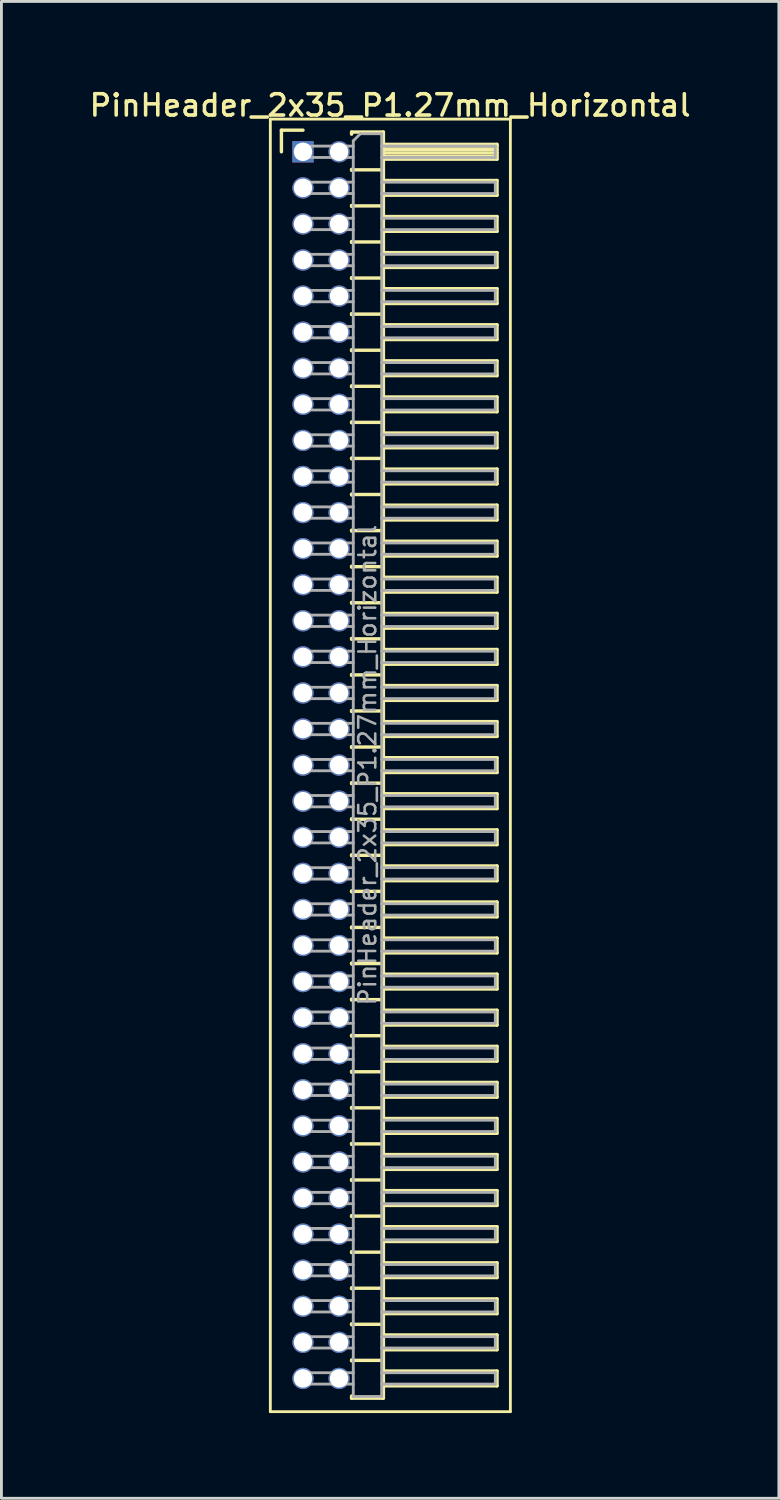
<source format=kicad_pcb>
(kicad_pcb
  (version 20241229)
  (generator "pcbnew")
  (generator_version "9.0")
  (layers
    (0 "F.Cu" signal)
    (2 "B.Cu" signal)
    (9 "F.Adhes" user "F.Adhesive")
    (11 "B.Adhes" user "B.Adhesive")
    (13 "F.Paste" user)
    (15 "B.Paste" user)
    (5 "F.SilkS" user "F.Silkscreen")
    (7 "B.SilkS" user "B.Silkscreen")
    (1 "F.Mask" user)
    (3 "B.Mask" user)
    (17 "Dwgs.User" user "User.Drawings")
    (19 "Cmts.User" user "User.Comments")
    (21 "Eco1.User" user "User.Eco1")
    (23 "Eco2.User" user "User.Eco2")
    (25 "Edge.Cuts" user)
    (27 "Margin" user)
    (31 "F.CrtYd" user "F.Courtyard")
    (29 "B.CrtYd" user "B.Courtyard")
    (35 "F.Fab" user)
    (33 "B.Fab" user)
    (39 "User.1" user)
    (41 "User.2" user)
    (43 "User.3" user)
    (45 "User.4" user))
  (footprint "PinHeader_2x35_P1.27mm_Horizontal"
    (layer "F.Cu")
    (at 7.616 2.293)
    (property "Reference" "PinHeader_2x35_P1.27mm_Horizontal" (at 3.067 -1.635 0) (layer "F.SilkS") (effects (font (size 0.75 0.75) (thickness 0.125))))
    (attr through_hole)
    (fp_line (start -1.15 -1.15) (end -1.15 44.35) (stroke (width 0.1) (type solid)) (layer "F.SilkS"))
    (fp_line (start -1.15 44.35) (end 7.3 44.35) (stroke (width 0.1) (type solid)) (layer "F.SilkS"))
    (fp_line (start -0.76 -0.76) (end 0 -0.76) (stroke (width 0.12) (type solid)) (layer "F.SilkS"))
    (fp_line (start -0.76 0) (end -0.76 -0.76) (stroke (width 0.12) (type solid)) (layer "F.SilkS"))
    (fp_line (start 1.71 -0.695) (end 2.83 -0.695) (stroke (width 0.12) (type solid)) (layer "F.SilkS"))
    (fp_line (start 1.71 -0.62) (end 1.71 -0.695) (stroke (width 0.12) (type solid)) (layer "F.SilkS"))
    (fp_line (start 1.71 0.62) (end 1.71 0.65) (stroke (width 0.12) (type solid)) (layer "F.SilkS"))
    (fp_line (start 1.71 0.635) (end 2.83 0.635) (stroke (width 0.12) (type solid)) (layer "F.SilkS"))
    (fp_line (start 1.71 1.89) (end 1.71 1.92) (stroke (width 0.12) (type solid)) (layer "F.SilkS"))
    (fp_line (start 1.71 1.905) (end 2.83 1.905) (stroke (width 0.12) (type solid)) (layer "F.SilkS"))
    (fp_line (start 1.71 3.16) (end 1.71 3.19) (stroke (width 0.12) (type solid)) (layer "F.SilkS"))
    (fp_line (start 1.71 3.175) (end 2.83 3.175) (stroke (width 0.12) (type solid)) (layer "F.SilkS"))
    (fp_line (start 1.71 4.43) (end 1.71 4.46) (stroke (width 0.12) (type solid)) (layer "F.SilkS"))
    (fp_line (start 1.71 4.445) (end 2.83 4.445) (stroke (width 0.12) (type solid)) (layer "F.SilkS"))
    (fp_line (start 1.71 5.7) (end 1.71 5.73) (stroke (width 0.12) (type solid)) (layer "F.SilkS"))
    (fp_line (start 1.71 5.715) (end 2.83 5.715) (stroke (width 0.12) (type solid)) (layer "F.SilkS"))
    (fp_line (start 1.71 6.97) (end 1.71 7) (stroke (width 0.12) (type solid)) (layer "F.SilkS"))
    (fp_line (start 1.71 6.985) (end 2.83 6.985) (stroke (width 0.12) (type solid)) (layer "F.SilkS"))
    (fp_line (start 1.71 8.24) (end 1.71 8.27) (stroke (width 0.12) (type solid)) (layer "F.SilkS"))
    (fp_line (start 1.71 8.255) (end 2.83 8.255) (stroke (width 0.12) (type solid)) (layer "F.SilkS"))
    (fp_line (start 1.71 9.51) (end 1.71 9.54) (stroke (width 0.12) (type solid)) (layer "F.SilkS"))
    (fp_line (start 1.71 9.525) (end 2.83 9.525) (stroke (width 0.12) (type solid)) (layer "F.SilkS"))
    (fp_line (start 1.71 10.78) (end 1.71 10.81) (stroke (width 0.12) (type solid)) (layer "F.SilkS"))
    (fp_line (start 1.71 10.795) (end 2.83 10.795) (stroke (width 0.12) (type solid)) (layer "F.SilkS"))
    (fp_line (start 1.71 12.05) (end 1.71 12.08) (stroke (width 0.12) (type solid)) (layer "F.SilkS"))
    (fp_line (start 1.71 12.065) (end 2.83 12.065) (stroke (width 0.12) (type solid)) (layer "F.SilkS"))
    (fp_line (start 1.71 13.32) (end 1.71 13.35) (stroke (width 0.12) (type solid)) (layer "F.SilkS"))
    (fp_line (start 1.71 13.335) (end 2.83 13.335) (stroke (width 0.12) (type solid)) (layer "F.SilkS"))
    (fp_line (start 1.71 14.59) (end 1.71 14.62) (stroke (width 0.12) (type solid)) (layer "F.SilkS"))
    (fp_line (start 1.71 14.605) (end 2.83 14.605) (stroke (width 0.12) (type solid)) (layer "F.SilkS"))
    (fp_line (start 1.71 15.86) (end 1.71 15.89) (stroke (width 0.12) (type solid)) (layer "F.SilkS"))
    (fp_line (start 1.71 15.875) (end 2.83 15.875) (stroke (width 0.12) (type solid)) (layer "F.SilkS"))
    (fp_line (start 1.71 17.13) (end 1.71 17.16) (stroke (width 0.12) (type solid)) (layer "F.SilkS"))
    (fp_line (start 1.71 17.145) (end 2.83 17.145) (stroke (width 0.12) (type solid)) (layer "F.SilkS"))
    (fp_line (start 1.71 18.4) (end 1.71 18.43) (stroke (width 0.12) (type solid)) (layer "F.SilkS"))
    (fp_line (start 1.71 18.415) (end 2.83 18.415) (stroke (width 0.12) (type solid)) (layer "F.SilkS"))
    (fp_line (start 1.71 19.67) (end 1.71 19.7) (stroke (width 0.12) (type solid)) (layer "F.SilkS"))
    (fp_line (start 1.71 19.685) (end 2.83 19.685) (stroke (width 0.12) (type solid)) (layer "F.SilkS"))
    (fp_line (start 1.71 20.94) (end 1.71 20.97) (stroke (width 0.12) (type solid)) (layer "F.SilkS"))
    (fp_line (start 1.71 20.955) (end 2.83 20.955) (stroke (width 0.12) (type solid)) (layer "F.SilkS"))
    (fp_line (start 1.71 22.21) (end 1.71 22.24) (stroke (width 0.12) (type solid)) (layer "F.SilkS"))
    (fp_line (start 1.71 22.225) (end 2.83 22.225) (stroke (width 0.12) (type solid)) (layer "F.SilkS"))
    (fp_line (start 1.71 23.48) (end 1.71 23.51) (stroke (width 0.12) (type solid)) (layer "F.SilkS"))
    (fp_line (start 1.71 23.495) (end 2.83 23.495) (stroke (width 0.12) (type solid)) (layer "F.SilkS"))
    (fp_line (start 1.71 24.75) (end 1.71 24.78) (stroke (width 0.12) (type solid)) (layer "F.SilkS"))
    (fp_line (start 1.71 24.765) (end 2.83 24.765) (stroke (width 0.12) (type solid)) (layer "F.SilkS"))
    (fp_line (start 1.71 26.02) (end 1.71 26.05) (stroke (width 0.12) (type solid)) (layer "F.SilkS"))
    (fp_line (start 1.71 26.035) (end 2.83 26.035) (stroke (width 0.12) (type solid)) (layer "F.SilkS"))
    (fp_line (start 1.71 27.29) (end 1.71 27.32) (stroke (width 0.12) (type solid)) (layer "F.SilkS"))
    (fp_line (start 1.71 27.305) (end 2.83 27.305) (stroke (width 0.12) (type solid)) (layer "F.SilkS"))
    (fp_line (start 1.71 28.56) (end 1.71 28.59) (stroke (width 0.12) (type solid)) (layer "F.SilkS"))
    (fp_line (start 1.71 28.575) (end 2.83 28.575) (stroke (width 0.12) (type solid)) (layer "F.SilkS"))
    (fp_line (start 1.71 29.83) (end 1.71 29.86) (stroke (width 0.12) (type solid)) (layer "F.SilkS"))
    (fp_line (start 1.71 29.845) (end 2.83 29.845) (stroke (width 0.12) (type solid)) (layer "F.SilkS"))
    (fp_line (start 1.71 31.1) (end 1.71 31.13) (stroke (width 0.12) (type solid)) (layer "F.SilkS"))
    (fp_line (start 1.71 31.115) (end 2.83 31.115) (stroke (width 0.12) (type solid)) (layer "F.SilkS"))
    (fp_line (start 1.71 32.37) (end 1.71 32.4) (stroke (width 0.12) (type solid)) (layer "F.SilkS"))
    (fp_line (start 1.71 32.385) (end 2.83 32.385) (stroke (width 0.12) (type solid)) (layer "F.SilkS"))
    (fp_line (start 1.71 33.64) (end 1.71 33.67) (stroke (width 0.12) (type solid)) (layer "F.SilkS"))
    (fp_line (start 1.71 33.655) (end 2.83 33.655) (stroke (width 0.12) (type solid)) (layer "F.SilkS"))
    (fp_line (start 1.71 34.91) (end 1.71 34.94) (stroke (width 0.12) (type solid)) (layer "F.SilkS"))
    (fp_line (start 1.71 34.925) (end 2.83 34.925) (stroke (width 0.12) (type solid)) (layer "F.SilkS"))
    (fp_line (start 1.71 36.18) (end 1.71 36.21) (stroke (width 0.12) (type solid)) (layer "F.SilkS"))
    (fp_line (start 1.71 36.195) (end 2.83 36.195) (stroke (width 0.12) (type solid)) (layer "F.SilkS"))
    (fp_line (start 1.71 37.45) (end 1.71 37.48) (stroke (width 0.12) (type solid)) (layer "F.SilkS"))
    (fp_line (start 1.71 37.465) (end 2.83 37.465) (stroke (width 0.12) (type solid)) (layer "F.SilkS"))
    (fp_line (start 1.71 38.72) (end 1.71 38.75) (stroke (width 0.12) (type solid)) (layer "F.SilkS"))
    (fp_line (start 1.71 38.735) (end 2.83 38.735) (stroke (width 0.12) (type solid)) (layer "F.SilkS"))
    (fp_line (start 1.71 39.99) (end 1.71 40.02) (stroke (width 0.12) (type solid)) (layer "F.SilkS"))
    (fp_line (start 1.71 40.005) (end 2.83 40.005) (stroke (width 0.12) (type solid)) (layer "F.SilkS"))
    (fp_line (start 1.71 41.26) (end 1.71 41.29) (stroke (width 0.12) (type solid)) (layer "F.SilkS"))
    (fp_line (start 1.71 41.275) (end 2.83 41.275) (stroke (width 0.12) (type solid)) (layer "F.SilkS"))
    (fp_line (start 1.71 42.53) (end 1.71 42.56) (stroke (width 0.12) (type solid)) (layer "F.SilkS"))
    (fp_line (start 1.71 42.545) (end 2.83 42.545) (stroke (width 0.12) (type solid)) (layer "F.SilkS"))
    (fp_line (start 1.71 43.875) (end 1.71 43.8) (stroke (width 0.12) (type solid)) (layer "F.SilkS"))
    (fp_line (start 2.83 -0.695) (end 2.83 43.875) (stroke (width 0.12) (type solid)) (layer "F.SilkS"))
    (fp_line (start 2.83 -0.26) (end 6.83 -0.26) (stroke (width 0.12) (type solid)) (layer "F.SilkS"))
    (fp_line (start 2.83 -0.2) (end 6.83 -0.2) (stroke (width 0.12) (type solid)) (layer "F.SilkS"))
    (fp_line (start 2.83 -0.08) (end 6.83 -0.08) (stroke (width 0.12) (type solid)) (layer "F.SilkS"))
    (fp_line (start 2.83 0.04) (end 6.83 0.04) (stroke (width 0.12) (type solid)) (layer "F.SilkS"))
    (fp_line (start 2.83 0.16) (end 6.83 0.16) (stroke (width 0.12) (type solid)) (layer "F.SilkS"))
    (fp_line (start 2.83 1.01) (end 6.83 1.01) (stroke (width 0.12) (type solid)) (layer "F.SilkS"))
    (fp_line (start 2.83 2.28) (end 6.83 2.28) (stroke (width 0.12) (type solid)) (layer "F.SilkS"))
    (fp_line (start 2.83 3.55) (end 6.83 3.55) (stroke (width 0.12) (type solid)) (layer "F.SilkS"))
    (fp_line (start 2.83 4.82) (end 6.83 4.82) (stroke (width 0.12) (type solid)) (layer "F.SilkS"))
    (fp_line (start 2.83 6.09) (end 6.83 6.09) (stroke (width 0.12) (type solid)) (layer "F.SilkS"))
    (fp_line (start 2.83 7.36) (end 6.83 7.36) (stroke (width 0.12) (type solid)) (layer "F.SilkS"))
    (fp_line (start 2.83 8.63) (end 6.83 8.63) (stroke (width 0.12) (type solid)) (layer "F.SilkS"))
    (fp_line (start 2.83 9.9) (end 6.83 9.9) (stroke (width 0.12) (type solid)) (layer "F.SilkS"))
    (fp_line (start 2.83 11.17) (end 6.83 11.17) (stroke (width 0.12) (type solid)) (layer "F.SilkS"))
    (fp_line (start 2.83 12.44) (end 6.83 12.44) (stroke (width 0.12) (type solid)) (layer "F.SilkS"))
    (fp_line (start 2.83 13.71) (end 6.83 13.71) (stroke (width 0.12) (type solid)) (layer "F.SilkS"))
    (fp_line (start 2.83 14.98) (end 6.83 14.98) (stroke (width 0.12) (type solid)) (layer "F.SilkS"))
    (fp_line (start 2.83 16.25) (end 6.83 16.25) (stroke (width 0.12) (type solid)) (layer "F.SilkS"))
    (fp_line (start 2.83 17.52) (end 6.83 17.52) (stroke (width 0.12) (type solid)) (layer "F.SilkS"))
    (fp_line (start 2.83 18.79) (end 6.83 18.79) (stroke (width 0.12) (type solid)) (layer "F.SilkS"))
    (fp_line (start 2.83 20.06) (end 6.83 20.06) (stroke (width 0.12) (type solid)) (layer "F.SilkS"))
    (fp_line (start 2.83 21.33) (end 6.83 21.33) (stroke (width 0.12) (type solid)) (layer "F.SilkS"))
    (fp_line (start 2.83 22.6) (end 6.83 22.6) (stroke (width 0.12) (type solid)) (layer "F.SilkS"))
    (fp_line (start 2.83 23.87) (end 6.83 23.87) (stroke (width 0.12) (type solid)) (layer "F.SilkS"))
    (fp_line (start 2.83 25.14) (end 6.83 25.14) (stroke (width 0.12) (type solid)) (layer "F.SilkS"))
    (fp_line (start 2.83 26.41) (end 6.83 26.41) (stroke (width 0.12) (type solid)) (layer "F.SilkS"))
    (fp_line (start 2.83 27.68) (end 6.83 27.68) (stroke (width 0.12) (type solid)) (layer "F.SilkS"))
    (fp_line (start 2.83 28.95) (end 6.83 28.95) (stroke (width 0.12) (type solid)) (layer "F.SilkS"))
    (fp_line (start 2.83 30.22) (end 6.83 30.22) (stroke (width 0.12) (type solid)) (layer "F.SilkS"))
    (fp_line (start 2.83 31.49) (end 6.83 31.49) (stroke (width 0.12) (type solid)) (layer "F.SilkS"))
    (fp_line (start 2.83 32.76) (end 6.83 32.76) (stroke (width 0.12) (type solid)) (layer "F.SilkS"))
    (fp_line (start 2.83 34.03) (end 6.83 34.03) (stroke (width 0.12) (type solid)) (layer "F.SilkS"))
    (fp_line (start 2.83 35.3) (end 6.83 35.3) (stroke (width 0.12) (type solid)) (layer "F.SilkS"))
    (fp_line (start 2.83 36.57) (end 6.83 36.57) (stroke (width 0.12) (type solid)) (layer "F.SilkS"))
    (fp_line (start 2.83 37.84) (end 6.83 37.84) (stroke (width 0.12) (type solid)) (layer "F.SilkS"))
    (fp_line (start 2.83 39.11) (end 6.83 39.11) (stroke (width 0.12) (type solid)) (layer "F.SilkS"))
    (fp_line (start 2.83 40.38) (end 6.83 40.38) (stroke (width 0.12) (type solid)) (layer "F.SilkS"))
    (fp_line (start 2.83 41.65) (end 6.83 41.65) (stroke (width 0.12) (type solid)) (layer "F.SilkS"))
    (fp_line (start 2.83 42.92) (end 6.83 42.92) (stroke (width 0.12) (type solid)) (layer "F.SilkS"))
    (fp_line (start 2.83 43.875) (end 1.71 43.875) (stroke (width 0.12) (type solid)) (layer "F.SilkS"))
    (fp_line (start 6.83 -0.26) (end 6.83 0.26) (stroke (width 0.12) (type solid)) (layer "F.SilkS"))
    (fp_line (start 6.83 0.26) (end 2.83 0.26) (stroke (width 0.12) (type solid)) (layer "F.SilkS"))
    (fp_line (start 6.83 1.01) (end 6.83 1.53) (stroke (width 0.12) (type solid)) (layer "F.SilkS"))
    (fp_line (start 6.83 1.53) (end 2.83 1.53) (stroke (width 0.12) (type solid)) (layer "F.SilkS"))
    (fp_line (start 6.83 2.28) (end 6.83 2.8) (stroke (width 0.12) (type solid)) (layer "F.SilkS"))
    (fp_line (start 6.83 2.8) (end 2.83 2.8) (stroke (width 0.12) (type solid)) (layer "F.SilkS"))
    (fp_line (start 6.83 3.55) (end 6.83 4.07) (stroke (width 0.12) (type solid)) (layer "F.SilkS"))
    (fp_line (start 6.83 4.07) (end 2.83 4.07) (stroke (width 0.12) (type solid)) (layer "F.SilkS"))
    (fp_line (start 6.83 4.82) (end 6.83 5.34) (stroke (width 0.12) (type solid)) (layer "F.SilkS"))
    (fp_line (start 6.83 5.34) (end 2.83 5.34) (stroke (width 0.12) (type solid)) (layer "F.SilkS"))
    (fp_line (start 6.83 6.09) (end 6.83 6.61) (stroke (width 0.12) (type solid)) (layer "F.SilkS"))
    (fp_line (start 6.83 6.61) (end 2.83 6.61) (stroke (width 0.12) (type solid)) (layer "F.SilkS"))
    (fp_line (start 6.83 7.36) (end 6.83 7.88) (stroke (width 0.12) (type solid)) (layer "F.SilkS"))
    (fp_line (start 6.83 7.88) (end 2.83 7.88) (stroke (width 0.12) (type solid)) (layer "F.SilkS"))
    (fp_line (start 6.83 8.63) (end 6.83 9.15) (stroke (width 0.12) (type solid)) (layer "F.SilkS"))
    (fp_line (start 6.83 9.15) (end 2.83 9.15) (stroke (width 0.12) (type solid)) (layer "F.SilkS"))
    (fp_line (start 6.83 9.9) (end 6.83 10.42) (stroke (width 0.12) (type solid)) (layer "F.SilkS"))
    (fp_line (start 6.83 10.42) (end 2.83 10.42) (stroke (width 0.12) (type solid)) (layer "F.SilkS"))
    (fp_line (start 6.83 11.17) (end 6.83 11.69) (stroke (width 0.12) (type solid)) (layer "F.SilkS"))
    (fp_line (start 6.83 11.69) (end 2.83 11.69) (stroke (width 0.12) (type solid)) (layer "F.SilkS"))
    (fp_line (start 6.83 12.44) (end 6.83 12.96) (stroke (width 0.12) (type solid)) (layer "F.SilkS"))
    (fp_line (start 6.83 12.96) (end 2.83 12.96) (stroke (width 0.12) (type solid)) (layer "F.SilkS"))
    (fp_line (start 6.83 13.71) (end 6.83 14.23) (stroke (width 0.12) (type solid)) (layer "F.SilkS"))
    (fp_line (start 6.83 14.23) (end 2.83 14.23) (stroke (width 0.12) (type solid)) (layer "F.SilkS"))
    (fp_line (start 6.83 14.98) (end 6.83 15.5) (stroke (width 0.12) (type solid)) (layer "F.SilkS"))
    (fp_line (start 6.83 15.5) (end 2.83 15.5) (stroke (width 0.12) (type solid)) (layer "F.SilkS"))
    (fp_line (start 6.83 16.25) (end 6.83 16.77) (stroke (width 0.12) (type solid)) (layer "F.SilkS"))
    (fp_line (start 6.83 16.77) (end 2.83 16.77) (stroke (width 0.12) (type solid)) (layer "F.SilkS"))
    (fp_line (start 6.83 17.52) (end 6.83 18.04) (stroke (width 0.12) (type solid)) (layer "F.SilkS"))
    (fp_line (start 6.83 18.04) (end 2.83 18.04) (stroke (width 0.12) (type solid)) (layer "F.SilkS"))
    (fp_line (start 6.83 18.79) (end 6.83 19.31) (stroke (width 0.12) (type solid)) (layer "F.SilkS"))
    (fp_line (start 6.83 19.31) (end 2.83 19.31) (stroke (width 0.12) (type solid)) (layer "F.SilkS"))
    (fp_line (start 6.83 20.06) (end 6.83 20.58) (stroke (width 0.12) (type solid)) (layer "F.SilkS"))
    (fp_line (start 6.83 20.58) (end 2.83 20.58) (stroke (width 0.12) (type solid)) (layer "F.SilkS"))
    (fp_line (start 6.83 21.33) (end 6.83 21.85) (stroke (width 0.12) (type solid)) (layer "F.SilkS"))
    (fp_line (start 6.83 21.85) (end 2.83 21.85) (stroke (width 0.12) (type solid)) (layer "F.SilkS"))
    (fp_line (start 6.83 22.6) (end 6.83 23.12) (stroke (width 0.12) (type solid)) (layer "F.SilkS"))
    (fp_line (start 6.83 23.12) (end 2.83 23.12) (stroke (width 0.12) (type solid)) (layer "F.SilkS"))
    (fp_line (start 6.83 23.87) (end 6.83 24.39) (stroke (width 0.12) (type solid)) (layer "F.SilkS"))
    (fp_line (start 6.83 24.39) (end 2.83 24.39) (stroke (width 0.12) (type solid)) (layer "F.SilkS"))
    (fp_line (start 6.83 25.14) (end 6.83 25.66) (stroke (width 0.12) (type solid)) (layer "F.SilkS"))
    (fp_line (start 6.83 25.66) (end 2.83 25.66) (stroke (width 0.12) (type solid)) (layer "F.SilkS"))
    (fp_line (start 6.83 26.41) (end 6.83 26.93) (stroke (width 0.12) (type solid)) (layer "F.SilkS"))
    (fp_line (start 6.83 26.93) (end 2.83 26.93) (stroke (width 0.12) (type solid)) (layer "F.SilkS"))
    (fp_line (start 6.83 27.68) (end 6.83 28.2) (stroke (width 0.12) (type solid)) (layer "F.SilkS"))
    (fp_line (start 6.83 28.2) (end 2.83 28.2) (stroke (width 0.12) (type solid)) (layer "F.SilkS"))
    (fp_line (start 6.83 28.95) (end 6.83 29.47) (stroke (width 0.12) (type solid)) (layer "F.SilkS"))
    (fp_line (start 6.83 29.47) (end 2.83 29.47) (stroke (width 0.12) (type solid)) (layer "F.SilkS"))
    (fp_line (start 6.83 30.22) (end 6.83 30.74) (stroke (width 0.12) (type solid)) (layer "F.SilkS"))
    (fp_line (start 6.83 30.74) (end 2.83 30.74) (stroke (width 0.12) (type solid)) (layer "F.SilkS"))
    (fp_line (start 6.83 31.49) (end 6.83 32.01) (stroke (width 0.12) (type solid)) (layer "F.SilkS"))
    (fp_line (start 6.83 32.01) (end 2.83 32.01) (stroke (width 0.12) (type solid)) (layer "F.SilkS"))
    (fp_line (start 6.83 32.76) (end 6.83 33.28) (stroke (width 0.12) (type solid)) (layer "F.SilkS"))
    (fp_line (start 6.83 33.28) (end 2.83 33.28) (stroke (width 0.12) (type solid)) (layer "F.SilkS"))
    (fp_line (start 6.83 34.03) (end 6.83 34.55) (stroke (width 0.12) (type solid)) (layer "F.SilkS"))
    (fp_line (start 6.83 34.55) (end 2.83 34.55) (stroke (width 0.12) (type solid)) (layer "F.SilkS"))
    (fp_line (start 6.83 35.3) (end 6.83 35.82) (stroke (width 0.12) (type solid)) (layer "F.SilkS"))
    (fp_line (start 6.83 35.82) (end 2.83 35.82) (stroke (width 0.12) (type solid)) (layer "F.SilkS"))
    (fp_line (start 6.83 36.57) (end 6.83 37.09) (stroke (width 0.12) (type solid)) (layer "F.SilkS"))
    (fp_line (start 6.83 37.09) (end 2.83 37.09) (stroke (width 0.12) (type solid)) (layer "F.SilkS"))
    (fp_line (start 6.83 37.84) (end 6.83 38.36) (stroke (width 0.12) (type solid)) (layer "F.SilkS"))
    (fp_line (start 6.83 38.36) (end 2.83 38.36) (stroke (width 0.12) (type solid)) (layer "F.SilkS"))
    (fp_line (start 6.83 39.11) (end 6.83 39.63) (stroke (width 0.12) (type solid)) (layer "F.SilkS"))
    (fp_line (start 6.83 39.63) (end 2.83 39.63) (stroke (width 0.12) (type solid)) (layer "F.SilkS"))
    (fp_line (start 6.83 40.38) (end 6.83 40.9) (stroke (width 0.12) (type solid)) (layer "F.SilkS"))
    (fp_line (start 6.83 40.9) (end 2.83 40.9) (stroke (width 0.12) (type solid)) (layer "F.SilkS"))
    (fp_line (start 6.83 41.65) (end 6.83 42.17) (stroke (width 0.12) (type solid)) (layer "F.SilkS"))
    (fp_line (start 6.83 42.17) (end 2.83 42.17) (stroke (width 0.12) (type solid)) (layer "F.SilkS"))
    (fp_line (start 6.83 42.92) (end 6.83 43.44) (stroke (width 0.12) (type solid)) (layer "F.SilkS"))
    (fp_line (start 6.83 43.44) (end 2.83 43.44) (stroke (width 0.12) (type solid)) (layer "F.SilkS"))
    (fp_line (start 7.3 -1.15) (end -1.15 -1.15) (stroke (width 0.1) (type solid)) (layer "F.SilkS"))
    (fp_line (start 7.3 44.35) (end 7.3 -1.15) (stroke (width 0.1) (type solid)) (layer "F.SilkS"))
    (fp_line (start -0.2 -0.2) (end -0.2 0.2) (stroke (width 0.1) (type solid)) (layer "F.Fab"))
    (fp_line (start -0.2 -0.2) (end 1.77 -0.2) (stroke (width 0.1) (type solid)) (layer "F.Fab"))
    (fp_line (start -0.2 0.2) (end 1.77 0.2) (stroke (width 0.1) (type solid)) (layer "F.Fab"))
    (fp_line (start -0.2 1.07) (end -0.2 1.47) (stroke (width 0.1) (type solid)) (layer "F.Fab"))
    (fp_line (start -0.2 1.07) (end 1.77 1.07) (stroke (width 0.1) (type solid)) (layer "F.Fab"))
    (fp_line (start -0.2 1.47) (end 1.77 1.47) (stroke (width 0.1) (type solid)) (layer "F.Fab"))
    (fp_line (start -0.2 2.34) (end -0.2 2.74) (stroke (width 0.1) (type solid)) (layer "F.Fab"))
    (fp_line (start -0.2 2.34) (end 1.77 2.34) (stroke (width 0.1) (type solid)) (layer "F.Fab"))
    (fp_line (start -0.2 2.74) (end 1.77 2.74) (stroke (width 0.1) (type solid)) (layer "F.Fab"))
    (fp_line (start -0.2 3.61) (end -0.2 4.01) (stroke (width 0.1) (type solid)) (layer "F.Fab"))
    (fp_line (start -0.2 3.61) (end 1.77 3.61) (stroke (width 0.1) (type solid)) (layer "F.Fab"))
    (fp_line (start -0.2 4.01) (end 1.77 4.01) (stroke (width 0.1) (type solid)) (layer "F.Fab"))
    (fp_line (start -0.2 4.88) (end -0.2 5.28) (stroke (width 0.1) (type solid)) (layer "F.Fab"))
    (fp_line (start -0.2 4.88) (end 1.77 4.88) (stroke (width 0.1) (type solid)) (layer "F.Fab"))
    (fp_line (start -0.2 5.28) (end 1.77 5.28) (stroke (width 0.1) (type solid)) (layer "F.Fab"))
    (fp_line (start -0.2 6.15) (end -0.2 6.55) (stroke (width 0.1) (type solid)) (layer "F.Fab"))
    (fp_line (start -0.2 6.15) (end 1.77 6.15) (stroke (width 0.1) (type solid)) (layer "F.Fab"))
    (fp_line (start -0.2 6.55) (end 1.77 6.55) (stroke (width 0.1) (type solid)) (layer "F.Fab"))
    (fp_line (start -0.2 7.42) (end -0.2 7.82) (stroke (width 0.1) (type solid)) (layer "F.Fab"))
    (fp_line (start -0.2 7.42) (end 1.77 7.42) (stroke (width 0.1) (type solid)) (layer "F.Fab"))
    (fp_line (start -0.2 7.82) (end 1.77 7.82) (stroke (width 0.1) (type solid)) (layer "F.Fab"))
    (fp_line (start -0.2 8.69) (end -0.2 9.09) (stroke (width 0.1) (type solid)) (layer "F.Fab"))
    (fp_line (start -0.2 8.69) (end 1.77 8.69) (stroke (width 0.1) (type solid)) (layer "F.Fab"))
    (fp_line (start -0.2 9.09) (end 1.77 9.09) (stroke (width 0.1) (type solid)) (layer "F.Fab"))
    (fp_line (start -0.2 9.96) (end -0.2 10.36) (stroke (width 0.1) (type solid)) (layer "F.Fab"))
    (fp_line (start -0.2 9.96) (end 1.77 9.96) (stroke (width 0.1) (type solid)) (layer "F.Fab"))
    (fp_line (start -0.2 10.36) (end 1.77 10.36) (stroke (width 0.1) (type solid)) (layer "F.Fab"))
    (fp_line (start -0.2 11.23) (end -0.2 11.63) (stroke (width 0.1) (type solid)) (layer "F.Fab"))
    (fp_line (start -0.2 11.23) (end 1.77 11.23) (stroke (width 0.1) (type solid)) (layer "F.Fab"))
    (fp_line (start -0.2 11.63) (end 1.77 11.63) (stroke (width 0.1) (type solid)) (layer "F.Fab"))
    (fp_line (start -0.2 12.5) (end -0.2 12.9) (stroke (width 0.1) (type solid)) (layer "F.Fab"))
    (fp_line (start -0.2 12.5) (end 1.77 12.5) (stroke (width 0.1) (type solid)) (layer "F.Fab"))
    (fp_line (start -0.2 12.9) (end 1.77 12.9) (stroke (width 0.1) (type solid)) (layer "F.Fab"))
    (fp_line (start -0.2 13.77) (end -0.2 14.17) (stroke (width 0.1) (type solid)) (layer "F.Fab"))
    (fp_line (start -0.2 13.77) (end 1.77 13.77) (stroke (width 0.1) (type solid)) (layer "F.Fab"))
    (fp_line (start -0.2 14.17) (end 1.77 14.17) (stroke (width 0.1) (type solid)) (layer "F.Fab"))
    (fp_line (start -0.2 15.04) (end -0.2 15.44) (stroke (width 0.1) (type solid)) (layer "F.Fab"))
    (fp_line (start -0.2 15.04) (end 1.77 15.04) (stroke (width 0.1) (type solid)) (layer "F.Fab"))
    (fp_line (start -0.2 15.44) (end 1.77 15.44) (stroke (width 0.1) (type solid)) (layer "F.Fab"))
    (fp_line (start -0.2 16.31) (end -0.2 16.71) (stroke (width 0.1) (type solid)) (layer "F.Fab"))
    (fp_line (start -0.2 16.31) (end 1.77 16.31) (stroke (width 0.1) (type solid)) (layer "F.Fab"))
    (fp_line (start -0.2 16.71) (end 1.77 16.71) (stroke (width 0.1) (type solid)) (layer "F.Fab"))
    (fp_line (start -0.2 17.58) (end -0.2 17.98) (stroke (width 0.1) (type solid)) (layer "F.Fab"))
    (fp_line (start -0.2 17.58) (end 1.77 17.58) (stroke (width 0.1) (type solid)) (layer "F.Fab"))
    (fp_line (start -0.2 17.98) (end 1.77 17.98) (stroke (width 0.1) (type solid)) (layer "F.Fab"))
    (fp_line (start -0.2 18.85) (end -0.2 19.25) (stroke (width 0.1) (type solid)) (layer "F.Fab"))
    (fp_line (start -0.2 18.85) (end 1.77 18.85) (stroke (width 0.1) (type solid)) (layer "F.Fab"))
    (fp_line (start -0.2 19.25) (end 1.77 19.25) (stroke (width 0.1) (type solid)) (layer "F.Fab"))
    (fp_line (start -0.2 20.12) (end -0.2 20.52) (stroke (width 0.1) (type solid)) (layer "F.Fab"))
    (fp_line (start -0.2 20.12) (end 1.77 20.12) (stroke (width 0.1) (type solid)) (layer "F.Fab"))
    (fp_line (start -0.2 20.52) (end 1.77 20.52) (stroke (width 0.1) (type solid)) (layer "F.Fab"))
    (fp_line (start -0.2 21.39) (end -0.2 21.79) (stroke (width 0.1) (type solid)) (layer "F.Fab"))
    (fp_line (start -0.2 21.39) (end 1.77 21.39) (stroke (width 0.1) (type solid)) (layer "F.Fab"))
    (fp_line (start -0.2 21.79) (end 1.77 21.79) (stroke (width 0.1) (type solid)) (layer "F.Fab"))
    (fp_line (start -0.2 22.66) (end -0.2 23.06) (stroke (width 0.1) (type solid)) (layer "F.Fab"))
    (fp_line (start -0.2 22.66) (end 1.77 22.66) (stroke (width 0.1) (type solid)) (layer "F.Fab"))
    (fp_line (start -0.2 23.06) (end 1.77 23.06) (stroke (width 0.1) (type solid)) (layer "F.Fab"))
    (fp_line (start -0.2 23.93) (end -0.2 24.33) (stroke (width 0.1) (type solid)) (layer "F.Fab"))
    (fp_line (start -0.2 23.93) (end 1.77 23.93) (stroke (width 0.1) (type solid)) (layer "F.Fab"))
    (fp_line (start -0.2 24.33) (end 1.77 24.33) (stroke (width 0.1) (type solid)) (layer "F.Fab"))
    (fp_line (start -0.2 25.2) (end -0.2 25.6) (stroke (width 0.1) (type solid)) (layer "F.Fab"))
    (fp_line (start -0.2 25.2) (end 1.77 25.2) (stroke (width 0.1) (type solid)) (layer "F.Fab"))
    (fp_line (start -0.2 25.6) (end 1.77 25.6) (stroke (width 0.1) (type solid)) (layer "F.Fab"))
    (fp_line (start -0.2 26.47) (end -0.2 26.87) (stroke (width 0.1) (type solid)) (layer "F.Fab"))
    (fp_line (start -0.2 26.47) (end 1.77 26.47) (stroke (width 0.1) (type solid)) (layer "F.Fab"))
    (fp_line (start -0.2 26.87) (end 1.77 26.87) (stroke (width 0.1) (type solid)) (layer "F.Fab"))
    (fp_line (start -0.2 27.74) (end -0.2 28.14) (stroke (width 0.1) (type solid)) (layer "F.Fab"))
    (fp_line (start -0.2 27.74) (end 1.77 27.74) (stroke (width 0.1) (type solid)) (layer "F.Fab"))
    (fp_line (start -0.2 28.14) (end 1.77 28.14) (stroke (width 0.1) (type solid)) (layer "F.Fab"))
    (fp_line (start -0.2 29.01) (end -0.2 29.41) (stroke (width 0.1) (type solid)) (layer "F.Fab"))
    (fp_line (start -0.2 29.01) (end 1.77 29.01) (stroke (width 0.1) (type solid)) (layer "F.Fab"))
    (fp_line (start -0.2 29.41) (end 1.77 29.41) (stroke (width 0.1) (type solid)) (layer "F.Fab"))
    (fp_line (start -0.2 30.28) (end -0.2 30.68) (stroke (width 0.1) (type solid)) (layer "F.Fab"))
    (fp_line (start -0.2 30.28) (end 1.77 30.28) (stroke (width 0.1) (type solid)) (layer "F.Fab"))
    (fp_line (start -0.2 30.68) (end 1.77 30.68) (stroke (width 0.1) (type solid)) (layer "F.Fab"))
    (fp_line (start -0.2 31.55) (end -0.2 31.95) (stroke (width 0.1) (type solid)) (layer "F.Fab"))
    (fp_line (start -0.2 31.55) (end 1.77 31.55) (stroke (width 0.1) (type solid)) (layer "F.Fab"))
    (fp_line (start -0.2 31.95) (end 1.77 31.95) (stroke (width 0.1) (type solid)) (layer "F.Fab"))
    (fp_line (start -0.2 32.82) (end -0.2 33.22) (stroke (width 0.1) (type solid)) (layer "F.Fab"))
    (fp_line (start -0.2 32.82) (end 1.77 32.82) (stroke (width 0.1) (type solid)) (layer "F.Fab"))
    (fp_line (start -0.2 33.22) (end 1.77 33.22) (stroke (width 0.1) (type solid)) (layer "F.Fab"))
    (fp_line (start -0.2 34.09) (end -0.2 34.49) (stroke (width 0.1) (type solid)) (layer "F.Fab"))
    (fp_line (start -0.2 34.09) (end 1.77 34.09) (stroke (width 0.1) (type solid)) (layer "F.Fab"))
    (fp_line (start -0.2 34.49) (end 1.77 34.49) (stroke (width 0.1) (type solid)) (layer "F.Fab"))
    (fp_line (start -0.2 35.36) (end -0.2 35.76) (stroke (width 0.1) (type solid)) (layer "F.Fab"))
    (fp_line (start -0.2 35.36) (end 1.77 35.36) (stroke (width 0.1) (type solid)) (layer "F.Fab"))
    (fp_line (start -0.2 35.76) (end 1.77 35.76) (stroke (width 0.1) (type solid)) (layer "F.Fab"))
    (fp_line (start -0.2 36.63) (end -0.2 37.03) (stroke (width 0.1) (type solid)) (layer "F.Fab"))
    (fp_line (start -0.2 36.63) (end 1.77 36.63) (stroke (width 0.1) (type solid)) (layer "F.Fab"))
    (fp_line (start -0.2 37.03) (end 1.77 37.03) (stroke (width 0.1) (type solid)) (layer "F.Fab"))
    (fp_line (start -0.2 37.9) (end -0.2 38.3) (stroke (width 0.1) (type solid)) (layer "F.Fab"))
    (fp_line (start -0.2 37.9) (end 1.77 37.9) (stroke (width 0.1) (type solid)) (layer "F.Fab"))
    (fp_line (start -0.2 38.3) (end 1.77 38.3) (stroke (width 0.1) (type solid)) (layer "F.Fab"))
    (fp_line (start -0.2 39.17) (end -0.2 39.57) (stroke (width 0.1) (type solid)) (layer "F.Fab"))
    (fp_line (start -0.2 39.17) (end 1.77 39.17) (stroke (width 0.1) (type solid)) (layer "F.Fab"))
    (fp_line (start -0.2 39.57) (end 1.77 39.57) (stroke (width 0.1) (type solid)) (layer "F.Fab"))
    (fp_line (start -0.2 40.44) (end -0.2 40.84) (stroke (width 0.1) (type solid)) (layer "F.Fab"))
    (fp_line (start -0.2 40.44) (end 1.77 40.44) (stroke (width 0.1) (type solid)) (layer "F.Fab"))
    (fp_line (start -0.2 40.84) (end 1.77 40.84) (stroke (width 0.1) (type solid)) (layer "F.Fab"))
    (fp_line (start -0.2 41.71) (end -0.2 42.11) (stroke (width 0.1) (type solid)) (layer "F.Fab"))
    (fp_line (start -0.2 41.71) (end 1.77 41.71) (stroke (width 0.1) (type solid)) (layer "F.Fab"))
    (fp_line (start -0.2 42.11) (end 1.77 42.11) (stroke (width 0.1) (type solid)) (layer "F.Fab"))
    (fp_line (start -0.2 42.98) (end -0.2 43.38) (stroke (width 0.1) (type solid)) (layer "F.Fab"))
    (fp_line (start -0.2 42.98) (end 1.77 42.98) (stroke (width 0.1) (type solid)) (layer "F.Fab"))
    (fp_line (start -0.2 43.38) (end 1.77 43.38) (stroke (width 0.1) (type solid)) (layer "F.Fab"))
    (fp_line (start 1.77 -0.385) (end 2.02 -0.635) (stroke (width 0.1) (type solid)) (layer "F.Fab"))
    (fp_line (start 1.77 43.815) (end 1.77 -0.385) (stroke (width 0.1) (type solid)) (layer "F.Fab"))
    (fp_line (start 2.02 -0.635) (end 2.77 -0.635) (stroke (width 0.1) (type solid)) (layer "F.Fab"))
    (fp_line (start 2.77 -0.635) (end 2.77 43.815) (stroke (width 0.1) (type solid)) (layer "F.Fab"))
    (fp_line (start 2.77 -0.2) (end 6.77 -0.2) (stroke (width 0.1) (type solid)) (layer "F.Fab"))
    (fp_line (start 2.77 0.2) (end 6.77 0.2) (stroke (width 0.1) (type solid)) (layer "F.Fab"))
    (fp_line (start 2.77 1.07) (end 6.77 1.07) (stroke (width 0.1) (type solid)) (layer "F.Fab"))
    (fp_line (start 2.77 1.47) (end 6.77 1.47) (stroke (width 0.1) (type solid)) (layer "F.Fab"))
    (fp_line (start 2.77 2.34) (end 6.77 2.34) (stroke (width 0.1) (type solid)) (layer "F.Fab"))
    (fp_line (start 2.77 2.74) (end 6.77 2.74) (stroke (width 0.1) (type solid)) (layer "F.Fab"))
    (fp_line (start 2.77 3.61) (end 6.77 3.61) (stroke (width 0.1) (type solid)) (layer "F.Fab"))
    (fp_line (start 2.77 4.01) (end 6.77 4.01) (stroke (width 0.1) (type solid)) (layer "F.Fab"))
    (fp_line (start 2.77 4.88) (end 6.77 4.88) (stroke (width 0.1) (type solid)) (layer "F.Fab"))
    (fp_line (start 2.77 5.28) (end 6.77 5.28) (stroke (width 0.1) (type solid)) (layer "F.Fab"))
    (fp_line (start 2.77 6.15) (end 6.77 6.15) (stroke (width 0.1) (type solid)) (layer "F.Fab"))
    (fp_line (start 2.77 6.55) (end 6.77 6.55) (stroke (width 0.1) (type solid)) (layer "F.Fab"))
    (fp_line (start 2.77 7.42) (end 6.77 7.42) (stroke (width 0.1) (type solid)) (layer "F.Fab"))
    (fp_line (start 2.77 7.82) (end 6.77 7.82) (stroke (width 0.1) (type solid)) (layer "F.Fab"))
    (fp_line (start 2.77 8.69) (end 6.77 8.69) (stroke (width 0.1) (type solid)) (layer "F.Fab"))
    (fp_line (start 2.77 9.09) (end 6.77 9.09) (stroke (width 0.1) (type solid)) (layer "F.Fab"))
    (fp_line (start 2.77 9.96) (end 6.77 9.96) (stroke (width 0.1) (type solid)) (layer "F.Fab"))
    (fp_line (start 2.77 10.36) (end 6.77 10.36) (stroke (width 0.1) (type solid)) (layer "F.Fab"))
    (fp_line (start 2.77 11.23) (end 6.77 11.23) (stroke (width 0.1) (type solid)) (layer "F.Fab"))
    (fp_line (start 2.77 11.63) (end 6.77 11.63) (stroke (width 0.1) (type solid)) (layer "F.Fab"))
    (fp_line (start 2.77 12.5) (end 6.77 12.5) (stroke (width 0.1) (type solid)) (layer "F.Fab"))
    (fp_line (start 2.77 12.9) (end 6.77 12.9) (stroke (width 0.1) (type solid)) (layer "F.Fab"))
    (fp_line (start 2.77 13.77) (end 6.77 13.77) (stroke (width 0.1) (type solid)) (layer "F.Fab"))
    (fp_line (start 2.77 14.17) (end 6.77 14.17) (stroke (width 0.1) (type solid)) (layer "F.Fab"))
    (fp_line (start 2.77 15.04) (end 6.77 15.04) (stroke (width 0.1) (type solid)) (layer "F.Fab"))
    (fp_line (start 2.77 15.44) (end 6.77 15.44) (stroke (width 0.1) (type solid)) (layer "F.Fab"))
    (fp_line (start 2.77 16.31) (end 6.77 16.31) (stroke (width 0.1) (type solid)) (layer "F.Fab"))
    (fp_line (start 2.77 16.71) (end 6.77 16.71) (stroke (width 0.1) (type solid)) (layer "F.Fab"))
    (fp_line (start 2.77 17.58) (end 6.77 17.58) (stroke (width 0.1) (type solid)) (layer "F.Fab"))
    (fp_line (start 2.77 17.98) (end 6.77 17.98) (stroke (width 0.1) (type solid)) (layer "F.Fab"))
    (fp_line (start 2.77 18.85) (end 6.77 18.85) (stroke (width 0.1) (type solid)) (layer "F.Fab"))
    (fp_line (start 2.77 19.25) (end 6.77 19.25) (stroke (width 0.1) (type solid)) (layer "F.Fab"))
    (fp_line (start 2.77 20.12) (end 6.77 20.12) (stroke (width 0.1) (type solid)) (layer "F.Fab"))
    (fp_line (start 2.77 20.52) (end 6.77 20.52) (stroke (width 0.1) (type solid)) (layer "F.Fab"))
    (fp_line (start 2.77 21.39) (end 6.77 21.39) (stroke (width 0.1) (type solid)) (layer "F.Fab"))
    (fp_line (start 2.77 21.79) (end 6.77 21.79) (stroke (width 0.1) (type solid)) (layer "F.Fab"))
    (fp_line (start 2.77 22.66) (end 6.77 22.66) (stroke (width 0.1) (type solid)) (layer "F.Fab"))
    (fp_line (start 2.77 23.06) (end 6.77 23.06) (stroke (width 0.1) (type solid)) (layer "F.Fab"))
    (fp_line (start 2.77 23.93) (end 6.77 23.93) (stroke (width 0.1) (type solid)) (layer "F.Fab"))
    (fp_line (start 2.77 24.33) (end 6.77 24.33) (stroke (width 0.1) (type solid)) (layer "F.Fab"))
    (fp_line (start 2.77 25.2) (end 6.77 25.2) (stroke (width 0.1) (type solid)) (layer "F.Fab"))
    (fp_line (start 2.77 25.6) (end 6.77 25.6) (stroke (width 0.1) (type solid)) (layer "F.Fab"))
    (fp_line (start 2.77 26.47) (end 6.77 26.47) (stroke (width 0.1) (type solid)) (layer "F.Fab"))
    (fp_line (start 2.77 26.87) (end 6.77 26.87) (stroke (width 0.1) (type solid)) (layer "F.Fab"))
    (fp_line (start 2.77 27.74) (end 6.77 27.74) (stroke (width 0.1) (type solid)) (layer "F.Fab"))
    (fp_line (start 2.77 28.14) (end 6.77 28.14) (stroke (width 0.1) (type solid)) (layer "F.Fab"))
    (fp_line (start 2.77 29.01) (end 6.77 29.01) (stroke (width 0.1) (type solid)) (layer "F.Fab"))
    (fp_line (start 2.77 29.41) (end 6.77 29.41) (stroke (width 0.1) (type solid)) (layer "F.Fab"))
    (fp_line (start 2.77 30.28) (end 6.77 30.28) (stroke (width 0.1) (type solid)) (layer "F.Fab"))
    (fp_line (start 2.77 30.68) (end 6.77 30.68) (stroke (width 0.1) (type solid)) (layer "F.Fab"))
    (fp_line (start 2.77 31.55) (end 6.77 31.55) (stroke (width 0.1) (type solid)) (layer "F.Fab"))
    (fp_line (start 2.77 31.95) (end 6.77 31.95) (stroke (width 0.1) (type solid)) (layer "F.Fab"))
    (fp_line (start 2.77 32.82) (end 6.77 32.82) (stroke (width 0.1) (type solid)) (layer "F.Fab"))
    (fp_line (start 2.77 33.22) (end 6.77 33.22) (stroke (width 0.1) (type solid)) (layer "F.Fab"))
    (fp_line (start 2.77 34.09) (end 6.77 34.09) (stroke (width 0.1) (type solid)) (layer "F.Fab"))
    (fp_line (start 2.77 34.49) (end 6.77 34.49) (stroke (width 0.1) (type solid)) (layer "F.Fab"))
    (fp_line (start 2.77 35.36) (end 6.77 35.36) (stroke (width 0.1) (type solid)) (layer "F.Fab"))
    (fp_line (start 2.77 35.76) (end 6.77 35.76) (stroke (width 0.1) (type solid)) (layer "F.Fab"))
    (fp_line (start 2.77 36.63) (end 6.77 36.63) (stroke (width 0.1) (type solid)) (layer "F.Fab"))
    (fp_line (start 2.77 37.03) (end 6.77 37.03) (stroke (width 0.1) (type solid)) (layer "F.Fab"))
    (fp_line (start 2.77 37.9) (end 6.77 37.9) (stroke (width 0.1) (type solid)) (layer "F.Fab"))
    (fp_line (start 2.77 38.3) (end 6.77 38.3) (stroke (width 0.1) (type solid)) (layer "F.Fab"))
    (fp_line (start 2.77 39.17) (end 6.77 39.17) (stroke (width 0.1) (type solid)) (layer "F.Fab"))
    (fp_line (start 2.77 39.57) (end 6.77 39.57) (stroke (width 0.1) (type solid)) (layer "F.Fab"))
    (fp_line (start 2.77 40.44) (end 6.77 40.44) (stroke (width 0.1) (type solid)) (layer "F.Fab"))
    (fp_line (start 2.77 40.84) (end 6.77 40.84) (stroke (width 0.1) (type solid)) (layer "F.Fab"))
    (fp_line (start 2.77 41.71) (end 6.77 41.71) (stroke (width 0.1) (type solid)) (layer "F.Fab"))
    (fp_line (start 2.77 42.11) (end 6.77 42.11) (stroke (width 0.1) (type solid)) (layer "F.Fab"))
    (fp_line (start 2.77 42.98) (end 6.77 42.98) (stroke (width 0.1) (type solid)) (layer "F.Fab"))
    (fp_line (start 2.77 43.38) (end 6.77 43.38) (stroke (width 0.1) (type solid)) (layer "F.Fab"))
    (fp_line (start 2.77 43.815) (end 1.77 43.815) (stroke (width 0.1) (type solid)) (layer "F.Fab"))
    (fp_line (start 6.77 -0.2) (end 6.77 0.2) (stroke (width 0.1) (type solid)) (layer "F.Fab"))
    (fp_line (start 6.77 1.07) (end 6.77 1.47) (stroke (width 0.1) (type solid)) (layer "F.Fab"))
    (fp_line (start 6.77 2.34) (end 6.77 2.74) (stroke (width 0.1) (type solid)) (layer "F.Fab"))
    (fp_line (start 6.77 3.61) (end 6.77 4.01) (stroke (width 0.1) (type solid)) (layer "F.Fab"))
    (fp_line (start 6.77 4.88) (end 6.77 5.28) (stroke (width 0.1) (type solid)) (layer "F.Fab"))
    (fp_line (start 6.77 6.15) (end 6.77 6.55) (stroke (width 0.1) (type solid)) (layer "F.Fab"))
    (fp_line (start 6.77 7.42) (end 6.77 7.82) (stroke (width 0.1) (type solid)) (layer "F.Fab"))
    (fp_line (start 6.77 8.69) (end 6.77 9.09) (stroke (width 0.1) (type solid)) (layer "F.Fab"))
    (fp_line (start 6.77 9.96) (end 6.77 10.36) (stroke (width 0.1) (type solid)) (layer "F.Fab"))
    (fp_line (start 6.77 11.23) (end 6.77 11.63) (stroke (width 0.1) (type solid)) (layer "F.Fab"))
    (fp_line (start 6.77 12.5) (end 6.77 12.9) (stroke (width 0.1) (type solid)) (layer "F.Fab"))
    (fp_line (start 6.77 13.77) (end 6.77 14.17) (stroke (width 0.1) (type solid)) (layer "F.Fab"))
    (fp_line (start 6.77 15.04) (end 6.77 15.44) (stroke (width 0.1) (type solid)) (layer "F.Fab"))
    (fp_line (start 6.77 16.31) (end 6.77 16.71) (stroke (width 0.1) (type solid)) (layer "F.Fab"))
    (fp_line (start 6.77 17.58) (end 6.77 17.98) (stroke (width 0.1) (type solid)) (layer "F.Fab"))
    (fp_line (start 6.77 18.85) (end 6.77 19.25) (stroke (width 0.1) (type solid)) (layer "F.Fab"))
    (fp_line (start 6.77 20.12) (end 6.77 20.52) (stroke (width 0.1) (type solid)) (layer "F.Fab"))
    (fp_line (start 6.77 21.39) (end 6.77 21.79) (stroke (width 0.1) (type solid)) (layer "F.Fab"))
    (fp_line (start 6.77 22.66) (end 6.77 23.06) (stroke (width 0.1) (type solid)) (layer "F.Fab"))
    (fp_line (start 6.77 23.93) (end 6.77 24.33) (stroke (width 0.1) (type solid)) (layer "F.Fab"))
    (fp_line (start 6.77 25.2) (end 6.77 25.6) (stroke (width 0.1) (type solid)) (layer "F.Fab"))
    (fp_line (start 6.77 26.47) (end 6.77 26.87) (stroke (width 0.1) (type solid)) (layer "F.Fab"))
    (fp_line (start 6.77 27.74) (end 6.77 28.14) (stroke (width 0.1) (type solid)) (layer "F.Fab"))
    (fp_line (start 6.77 29.01) (end 6.77 29.41) (stroke (width 0.1) (type solid)) (layer "F.Fab"))
    (fp_line (start 6.77 30.28) (end 6.77 30.68) (stroke (width 0.1) (type solid)) (layer "F.Fab"))
    (fp_line (start 6.77 31.55) (end 6.77 31.95) (stroke (width 0.1) (type solid)) (layer "F.Fab"))
    (fp_line (start 6.77 32.82) (end 6.77 33.22) (stroke (width 0.1) (type solid)) (layer "F.Fab"))
    (fp_line (start 6.77 34.09) (end 6.77 34.49) (stroke (width 0.1) (type solid)) (layer "F.Fab"))
    (fp_line (start 6.77 35.36) (end 6.77 35.76) (stroke (width 0.1) (type solid)) (layer "F.Fab"))
    (fp_line (start 6.77 36.63) (end 6.77 37.03) (stroke (width 0.1) (type solid)) (layer "F.Fab"))
    (fp_line (start 6.77 37.9) (end 6.77 38.3) (stroke (width 0.1) (type solid)) (layer "F.Fab"))
    (fp_line (start 6.77 39.17) (end 6.77 39.57) (stroke (width 0.1) (type solid)) (layer "F.Fab"))
    (fp_line (start 6.77 40.44) (end 6.77 40.84) (stroke (width 0.1) (type solid)) (layer "F.Fab"))
    (fp_line (start 6.77 41.71) (end 6.77 42.11) (stroke (width 0.1) (type solid)) (layer "F.Fab"))
    (fp_line (start 6.77 42.98) (end 6.77 43.38) (stroke (width 0.1) (type solid)) (layer "F.Fab"))
    (fp_text user "${REFERENCE}" (at 2.27 21.59 90) (layer "F.Fab") (effects (font (size 0.6 0.6) (thickness 0.09))))
    (pad "1" thru_hole rect (at 0 0) (size 0.75 0.75) (drill 0.65) (layers "*.Cu" "*.Mask"))
    (pad "2" thru_hole oval (at 1.27 0) (size 0.75 0.75) (drill 0.65) (layers "*.Cu" "*.Mask"))
    (pad "3" thru_hole oval (at 0 1.27) (size 0.75 0.75) (drill 0.65) (layers "*.Cu" "*.Mask"))
    (pad "4" thru_hole oval (at 1.27 1.27) (size 0.75 0.75) (drill 0.65) (layers "*.Cu" "*.Mask"))
    (pad "5" thru_hole oval (at 0 2.54) (size 0.75 0.75) (drill 0.65) (layers "*.Cu" "*.Mask"))
    (pad "6" thru_hole oval (at 1.27 2.54) (size 0.75 0.75) (drill 0.65) (layers "*.Cu" "*.Mask"))
    (pad "7" thru_hole oval (at 0 3.81) (size 0.75 0.75) (drill 0.65) (layers "*.Cu" "*.Mask"))
    (pad "8" thru_hole oval (at 1.27 3.81) (size 0.75 0.75) (drill 0.65) (layers "*.Cu" "*.Mask"))
    (pad "9" thru_hole oval (at 0 5.08) (size 0.75 0.75) (drill 0.65) (layers "*.Cu" "*.Mask"))
    (pad "10" thru_hole oval (at 1.27 5.08) (size 0.75 0.75) (drill 0.65) (layers "*.Cu" "*.Mask"))
    (pad "11" thru_hole oval (at 0 6.35) (size 0.75 0.75) (drill 0.65) (layers "*.Cu" "*.Mask"))
    (pad "12" thru_hole oval (at 1.27 6.35) (size 0.75 0.75) (drill 0.65) (layers "*.Cu" "*.Mask"))
    (pad "13" thru_hole oval (at 0 7.62) (size 0.75 0.75) (drill 0.65) (layers "*.Cu" "*.Mask"))
    (pad "14" thru_hole oval (at 1.27 7.62) (size 0.75 0.75) (drill 0.65) (layers "*.Cu" "*.Mask"))
    (pad "15" thru_hole oval (at 0 8.89) (size 0.75 0.75) (drill 0.65) (layers "*.Cu" "*.Mask"))
    (pad "16" thru_hole oval (at 1.27 8.89) (size 0.75 0.75) (drill 0.65) (layers "*.Cu" "*.Mask"))
    (pad "17" thru_hole oval (at 0 10.16) (size 0.75 0.75) (drill 0.65) (layers "*.Cu" "*.Mask"))
    (pad "18" thru_hole oval (at 1.27 10.16) (size 0.75 0.75) (drill 0.65) (layers "*.Cu" "*.Mask"))
    (pad "19" thru_hole oval (at 0 11.43) (size 0.75 0.75) (drill 0.65) (layers "*.Cu" "*.Mask"))
    (pad "20" thru_hole oval (at 1.27 11.43) (size 0.75 0.75) (drill 0.65) (layers "*.Cu" "*.Mask"))
    (pad "21" thru_hole oval (at 0 12.7) (size 0.75 0.75) (drill 0.65) (layers "*.Cu" "*.Mask"))
    (pad "22" thru_hole oval (at 1.27 12.7) (size 0.75 0.75) (drill 0.65) (layers "*.Cu" "*.Mask"))
    (pad "23" thru_hole oval (at 0 13.97) (size 0.75 0.75) (drill 0.65) (layers "*.Cu" "*.Mask"))
    (pad "24" thru_hole oval (at 1.27 13.97) (size 0.75 0.75) (drill 0.65) (layers "*.Cu" "*.Mask"))
    (pad "25" thru_hole oval (at 0 15.24) (size 0.75 0.75) (drill 0.65) (layers "*.Cu" "*.Mask"))
    (pad "26" thru_hole oval (at 1.27 15.24) (size 0.75 0.75) (drill 0.65) (layers "*.Cu" "*.Mask"))
    (pad "27" thru_hole oval (at 0 16.51) (size 0.75 0.75) (drill 0.65) (layers "*.Cu" "*.Mask"))
    (pad "28" thru_hole oval (at 1.27 16.51) (size 0.75 0.75) (drill 0.65) (layers "*.Cu" "*.Mask"))
    (pad "29" thru_hole oval (at 0 17.78) (size 0.75 0.75) (drill 0.65) (layers "*.Cu" "*.Mask"))
    (pad "30" thru_hole oval (at 1.27 17.78) (size 0.75 0.75) (drill 0.65) (layers "*.Cu" "*.Mask"))
    (pad "31" thru_hole oval (at 0 19.05) (size 0.75 0.75) (drill 0.65) (layers "*.Cu" "*.Mask"))
    (pad "32" thru_hole oval (at 1.27 19.05) (size 0.75 0.75) (drill 0.65) (layers "*.Cu" "*.Mask"))
    (pad "33" thru_hole oval (at 0 20.32) (size 0.75 0.75) (drill 0.65) (layers "*.Cu" "*.Mask"))
    (pad "34" thru_hole oval (at 1.27 20.32) (size 0.75 0.75) (drill 0.65) (layers "*.Cu" "*.Mask"))
    (pad "35" thru_hole oval (at 0 21.59) (size 0.75 0.75) (drill 0.65) (layers "*.Cu" "*.Mask"))
    (pad "36" thru_hole oval (at 1.27 21.59) (size 0.75 0.75) (drill 0.65) (layers "*.Cu" "*.Mask"))
    (pad "37" thru_hole oval (at 0 22.86) (size 0.75 0.75) (drill 0.65) (layers "*.Cu" "*.Mask"))
    (pad "38" thru_hole oval (at 1.27 22.86) (size 0.75 0.75) (drill 0.65) (layers "*.Cu" "*.Mask"))
    (pad "39" thru_hole oval (at 0 24.13) (size 0.75 0.75) (drill 0.65) (layers "*.Cu" "*.Mask"))
    (pad "40" thru_hole oval (at 1.27 24.13) (size 0.75 0.75) (drill 0.65) (layers "*.Cu" "*.Mask"))
    (pad "41" thru_hole oval (at 0 25.4) (size 0.75 0.75) (drill 0.65) (layers "*.Cu" "*.Mask"))
    (pad "42" thru_hole oval (at 1.27 25.4) (size 0.75 0.75) (drill 0.65) (layers "*.Cu" "*.Mask"))
    (pad "43" thru_hole oval (at 0 26.67) (size 0.75 0.75) (drill 0.65) (layers "*.Cu" "*.Mask"))
    (pad "44" thru_hole oval (at 1.27 26.67) (size 0.75 0.75) (drill 0.65) (layers "*.Cu" "*.Mask"))
    (pad "45" thru_hole oval (at 0 27.94) (size 0.75 0.75) (drill 0.65) (layers "*.Cu" "*.Mask"))
    (pad "46" thru_hole oval (at 1.27 27.94) (size 0.75 0.75) (drill 0.65) (layers "*.Cu" "*.Mask"))
    (pad "47" thru_hole oval (at 0 29.21) (size 0.75 0.75) (drill 0.65) (layers "*.Cu" "*.Mask"))
    (pad "48" thru_hole oval (at 1.27 29.21) (size 0.75 0.75) (drill 0.65) (layers "*.Cu" "*.Mask"))
    (pad "49" thru_hole oval (at 0 30.48) (size 0.75 0.75) (drill 0.65) (layers "*.Cu" "*.Mask"))
    (pad "50" thru_hole oval (at 1.27 30.48) (size 0.75 0.75) (drill 0.65) (layers "*.Cu" "*.Mask"))
    (pad "51" thru_hole oval (at 0 31.75) (size 0.75 0.75) (drill 0.65) (layers "*.Cu" "*.Mask"))
    (pad "52" thru_hole oval (at 1.27 31.75) (size 0.75 0.75) (drill 0.65) (layers "*.Cu" "*.Mask"))
    (pad "53" thru_hole oval (at 0 33.02) (size 0.75 0.75) (drill 0.65) (layers "*.Cu" "*.Mask"))
    (pad "54" thru_hole oval (at 1.27 33.02) (size 0.75 0.75) (drill 0.65) (layers "*.Cu" "*.Mask"))
    (pad "55" thru_hole oval (at 0 34.29) (size 0.75 0.75) (drill 0.65) (layers "*.Cu" "*.Mask"))
    (pad "56" thru_hole oval (at 1.27 34.29) (size 0.75 0.75) (drill 0.65) (layers "*.Cu" "*.Mask"))
    (pad "57" thru_hole oval (at 0 35.56) (size 0.75 0.75) (drill 0.65) (layers "*.Cu" "*.Mask"))
    (pad "58" thru_hole oval (at 1.27 35.56) (size 0.75 0.75) (drill 0.65) (layers "*.Cu" "*.Mask"))
    (pad "59" thru_hole oval (at 0 36.83) (size 0.75 0.75) (drill 0.65) (layers "*.Cu" "*.Mask"))
    (pad "60" thru_hole oval (at 1.27 36.83) (size 0.75 0.75) (drill 0.65) (layers "*.Cu" "*.Mask"))
    (pad "61" thru_hole oval (at 0 38.1) (size 0.75 0.75) (drill 0.65) (layers "*.Cu" "*.Mask"))
    (pad "62" thru_hole oval (at 1.27 38.1) (size 0.75 0.75) (drill 0.65) (layers "*.Cu" "*.Mask"))
    (pad "63" thru_hole oval (at 0 39.37) (size 0.75 0.75) (drill 0.65) (layers "*.Cu" "*.Mask"))
    (pad "64" thru_hole oval (at 1.27 39.37) (size 0.75 0.75) (drill 0.65) (layers "*.Cu" "*.Mask"))
    (pad "65" thru_hole oval (at 0 40.64) (size 0.75 0.75) (drill 0.65) (layers "*.Cu" "*.Mask"))
    (pad "66" thru_hole oval (at 1.27 40.64) (size 0.75 0.75) (drill 0.65) (layers "*.Cu" "*.Mask"))
    (pad "67" thru_hole oval (at 0 41.91) (size 0.75 0.75) (drill 0.65) (layers "*.Cu" "*.Mask"))
    (pad "68" thru_hole oval (at 1.27 41.91) (size 0.75 0.75) (drill 0.65) (layers "*.Cu" "*.Mask"))
    (pad "69" thru_hole oval (at 0 43.18) (size 0.75 0.75) (drill 0.65) (layers "*.Cu" "*.Mask"))
    (pad "70" thru_hole oval (at 1.27 43.18) (size 0.75 0.75) (drill 0.65) (layers "*.Cu" "*.Mask")))
  (gr_rect
    (start -3 -3)
    (end 24.368 49.693)
    (stroke (width 0.1) (type default))
    (fill no)
    (layer "Edge.Cuts")))
</source>
